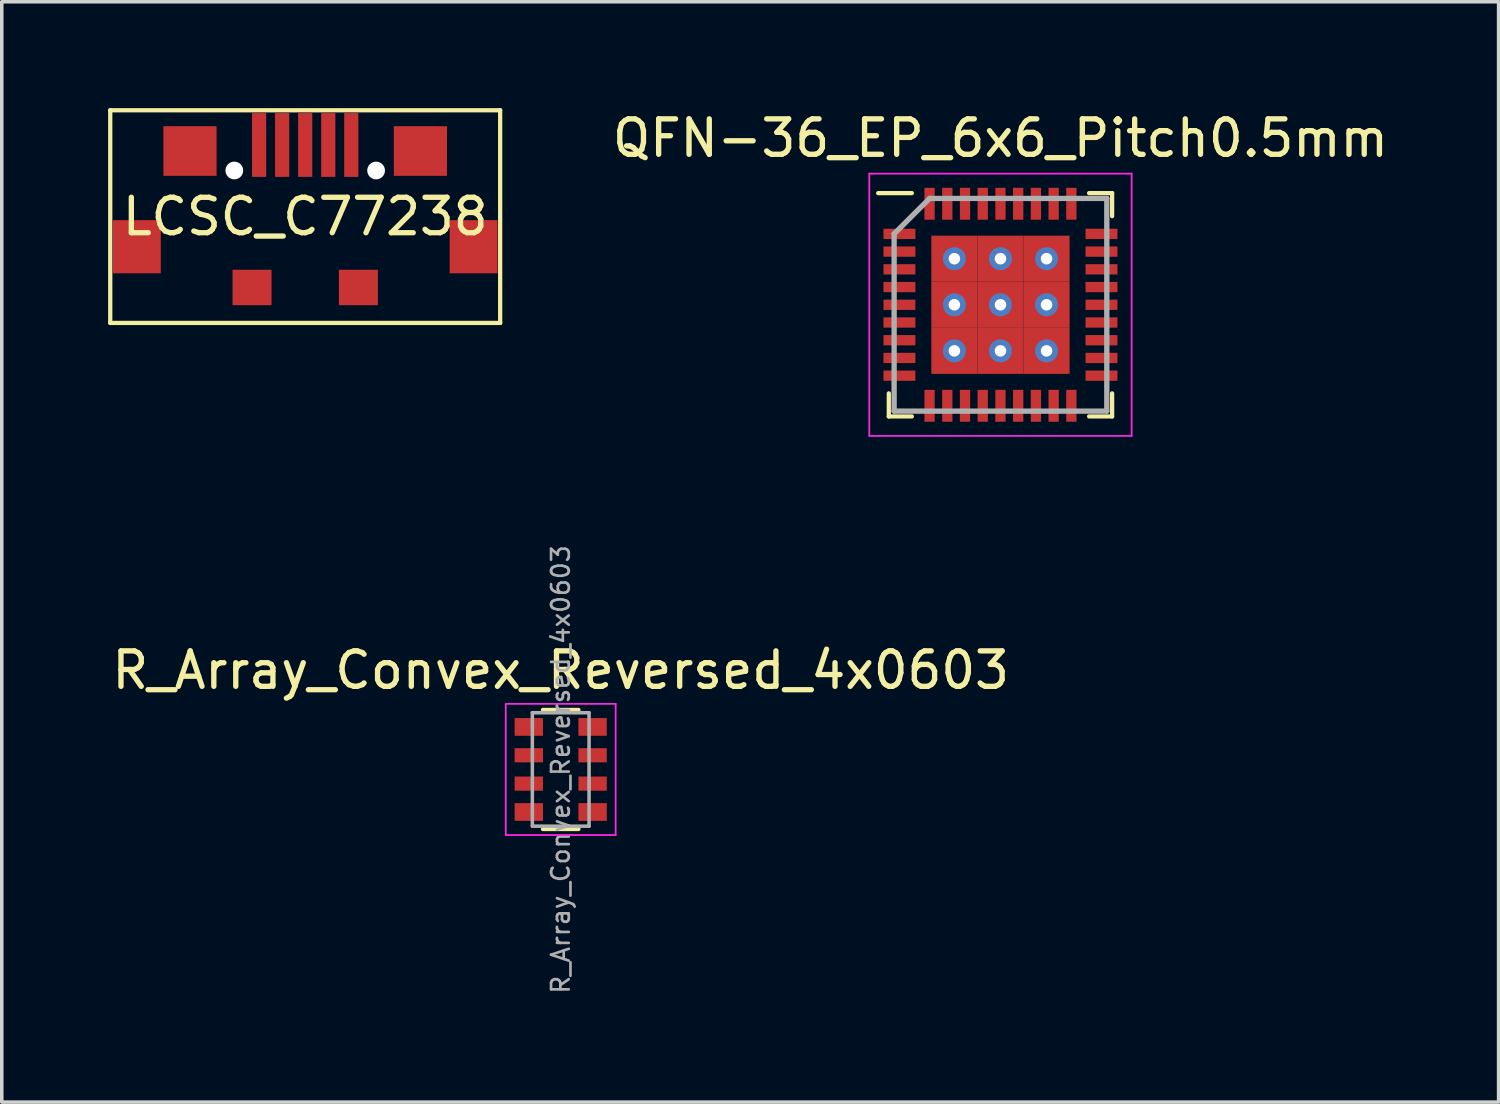
<source format=kicad_pcb>
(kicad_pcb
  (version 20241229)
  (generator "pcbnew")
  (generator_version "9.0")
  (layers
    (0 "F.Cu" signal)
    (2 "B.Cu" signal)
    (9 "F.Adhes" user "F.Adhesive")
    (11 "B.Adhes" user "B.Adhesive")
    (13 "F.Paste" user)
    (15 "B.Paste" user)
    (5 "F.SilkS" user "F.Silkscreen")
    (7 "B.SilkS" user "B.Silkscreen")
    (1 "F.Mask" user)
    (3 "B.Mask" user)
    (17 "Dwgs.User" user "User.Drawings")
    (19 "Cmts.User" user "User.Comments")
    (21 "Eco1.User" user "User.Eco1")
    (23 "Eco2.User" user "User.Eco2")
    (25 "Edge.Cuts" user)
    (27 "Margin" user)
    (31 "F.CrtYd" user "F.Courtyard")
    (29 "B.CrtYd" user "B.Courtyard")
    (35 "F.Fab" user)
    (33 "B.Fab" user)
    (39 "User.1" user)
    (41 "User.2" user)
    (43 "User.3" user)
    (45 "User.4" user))
  (footprint "R_Array_Convex_Reversed_4x0603"
    (layer "F.Cu")
    (at 12.768 18.657)
    (property "Reference" "R_Array_Convex_Reversed_4x0603" (at 0 -2.8 0) (layer "F.SilkS") (effects (font (size 1 1) (thickness 0.15))))
    (attr smd)
    (fp_line (start 0.5 -1.68) (end -0.5 -1.68) (stroke (width 0.12) (type solid)) (layer "F.SilkS"))
    (fp_line (start 0.5 1.68) (end -0.5 1.68) (stroke (width 0.12) (type solid)) (layer "F.SilkS"))
    (fp_line (start -1.55 -1.85) (end -1.55 1.85) (stroke (width 0.05) (type solid)) (layer "F.CrtYd"))
    (fp_line (start -1.55 -1.85) (end 1.55 -1.85) (stroke (width 0.05) (type solid)) (layer "F.CrtYd"))
    (fp_line (start 1.55 1.85) (end -1.55 1.85) (stroke (width 0.05) (type solid)) (layer "F.CrtYd"))
    (fp_line (start 1.55 1.85) (end 1.55 -1.85) (stroke (width 0.05) (type solid)) (layer "F.CrtYd"))
    (fp_line (start -0.8 -1.6) (end 0.8 -1.6) (stroke (width 0.1) (type solid)) (layer "F.Fab"))
    (fp_line (start -0.8 1.6) (end -0.8 -1.6) (stroke (width 0.1) (type solid)) (layer "F.Fab"))
    (fp_line (start 0.8 -1.6) (end 0.8 1.6) (stroke (width 0.1) (type solid)) (layer "F.Fab"))
    (fp_line (start 0.8 1.6) (end -0.8 1.6) (stroke (width 0.1) (type solid)) (layer "F.Fab"))
    (fp_text user "${REFERENCE}" (at 0 0 90) (layer "F.Fab") (effects (font (size 0.5 0.5) (thickness 0.075))))
    (pad "1" smd rect (at -0.9 1.2) (size 0.8 0.5) (layers "F.Cu" "F.Mask" "F.Paste"))
    (pad "2" smd rect (at -0.9 0.4) (size 0.8 0.4) (layers "F.Cu" "F.Mask" "F.Paste"))
    (pad "3" smd rect (at -0.9 -0.4) (size 0.8 0.4) (layers "F.Cu" "F.Mask" "F.Paste"))
    (pad "4" smd rect (at -0.9 -1.2) (size 0.8 0.5) (layers "F.Cu" "F.Mask" "F.Paste"))
    (pad "5" smd rect (at 0.9 -1.2) (size 0.8 0.5) (layers "F.Cu" "F.Mask" "F.Paste"))
    (pad "6" smd rect (at 0.9 -0.4) (size 0.8 0.4) (layers "F.Cu" "F.Mask" "F.Paste"))
    (pad "7" smd rect (at 0.9 0.4) (size 0.8 0.4) (layers "F.Cu" "F.Mask" "F.Paste"))
    (pad "8" smd rect (at 0.9 1.2) (size 0.8 0.5) (layers "F.Cu" "F.Mask" "F.Paste")))
  (footprint "QFN-36_EP_6x6_Pitch0.5mm"
    (layer "F.Cu")
    (at 25.174 5.548)
    (property "Reference" "QFN-36_EP_6x6_Pitch0.5mm" (at 0 -4.7 0) (layer "F.SilkS") (effects (font (size 1 1) (thickness 0.15))))
    (attr smd)
    (fp_line (start -3.15 3.15) (end -3.15 2.5) (stroke (width 0.12) (type solid)) (layer "F.SilkS"))
    (fp_line (start -2.5 -3.15) (end -3.45 -3.15) (stroke (width 0.12) (type solid)) (layer "F.SilkS"))
    (fp_line (start -2.5 3.15) (end -3.15 3.15) (stroke (width 0.12) (type solid)) (layer "F.SilkS"))
    (fp_line (start 2.5 -3.15) (end 3.15 -3.15) (stroke (width 0.12) (type solid)) (layer "F.SilkS"))
    (fp_line (start 2.5 3.15) (end 3.15 3.15) (stroke (width 0.12) (type solid)) (layer "F.SilkS"))
    (fp_line (start 3.15 -3.15) (end 3.15 -2.5) (stroke (width 0.12) (type solid)) (layer "F.SilkS"))
    (fp_line (start 3.15 3.15) (end 3.15 2.5) (stroke (width 0.12) (type solid)) (layer "F.SilkS"))
    (fp_line (start -3.7 -3.7) (end 3.7 -3.7) (stroke (width 0.05) (type solid)) (layer "F.CrtYd"))
    (fp_line (start -3.7 3.7) (end -3.7 -3.7) (stroke (width 0.05) (type solid)) (layer "F.CrtYd"))
    (fp_line (start 3.7 -3.7) (end 3.7 3.7) (stroke (width 0.05) (type solid)) (layer "F.CrtYd"))
    (fp_line (start 3.7 3.7) (end -3.7 3.7) (stroke (width 0.05) (type solid)) (layer "F.CrtYd"))
    (fp_line (start -3 -2) (end -3 3) (stroke (width 0.15) (type solid)) (layer "F.Fab"))
    (fp_line (start -3 3) (end 3 3) (stroke (width 0.15) (type solid)) (layer "F.Fab"))
    (fp_line (start -2 -3) (end -3 -2) (stroke (width 0.15) (type solid)) (layer "F.Fab"))
    (fp_line (start 3 -3) (end -2 -3) (stroke (width 0.15) (type solid)) (layer "F.Fab"))
    (fp_line (start 3 3) (end 3 -3) (stroke (width 0.15) (type solid)) (layer "F.Fab"))
    (pad "1" smd rect (at -2.85 -2 90) (size 0.29 0.9) (layers "F.Cu" "F.Mask" "F.Paste"))
    (pad "2" smd rect (at -2.85 -1.5 90) (size 0.29 0.9) (layers "F.Cu" "F.Mask" "F.Paste"))
    (pad "3" smd rect (at -2.85 -1 90) (size 0.29 0.9) (layers "F.Cu" "F.Mask" "F.Paste"))
    (pad "4" smd rect (at -2.85 -0.5 90) (size 0.29 0.9) (layers "F.Cu" "F.Mask" "F.Paste"))
    (pad "5" smd rect (at -2.85 0 90) (size 0.29 0.9) (layers "F.Cu" "F.Mask" "F.Paste"))
    (pad "6" smd rect (at -2.85 0.5 90) (size 0.29 0.9) (layers "F.Cu" "F.Mask" "F.Paste"))
    (pad "7" smd rect (at -2.85 1 90) (size 0.29 0.9) (layers "F.Cu" "F.Mask" "F.Paste"))
    (pad "8" smd rect (at -2.85 1.5 90) (size 0.29 0.9) (layers "F.Cu" "F.Mask" "F.Paste"))
    (pad "9" smd rect (at -2.85 2 90) (size 0.29 0.9) (layers "F.Cu" "F.Mask" "F.Paste"))
    (pad "10" smd rect (at -2 2.85) (size 0.29 0.9) (layers "F.Cu" "F.Mask" "F.Paste"))
    (pad "11" smd rect (at -1.5 2.85) (size 0.29 0.9) (layers "F.Cu" "F.Mask" "F.Paste"))
    (pad "12" smd rect (at -1 2.85) (size 0.29 0.9) (layers "F.Cu" "F.Mask" "F.Paste"))
    (pad "13" smd rect (at -0.5 2.85) (size 0.29 0.9) (layers "F.Cu" "F.Mask" "F.Paste"))
    (pad "14" smd rect (at 0 2.85) (size 0.29 0.9) (layers "F.Cu" "F.Mask" "F.Paste"))
    (pad "15" smd rect (at 0.5 2.85) (size 0.29 0.9) (layers "F.Cu" "F.Mask" "F.Paste"))
    (pad "16" smd rect (at 1 2.85) (size 0.29 0.9) (layers "F.Cu" "F.Mask" "F.Paste"))
    (pad "17" smd rect (at 1.5 2.85) (size 0.29 0.9) (layers "F.Cu" "F.Mask" "F.Paste"))
    (pad "18" smd rect (at 2 2.85) (size 0.29 0.9) (layers "F.Cu" "F.Mask" "F.Paste"))
    (pad "19" smd rect (at 2.85 2 90) (size 0.29 0.9) (layers "F.Cu" "F.Mask" "F.Paste"))
    (pad "20" smd rect (at 2.85 1.5 90) (size 0.29 0.9) (layers "F.Cu" "F.Mask" "F.Paste"))
    (pad "21" smd rect (at 2.85 1 90) (size 0.29 0.9) (layers "F.Cu" "F.Mask" "F.Paste"))
    (pad "22" smd rect (at 2.85 0.5 90) (size 0.29 0.9) (layers "F.Cu" "F.Mask" "F.Paste"))
    (pad "23" smd rect (at 2.85 0 90) (size 0.29 0.9) (layers "F.Cu" "F.Mask" "F.Paste"))
    (pad "24" smd rect (at 2.85 -0.5 90) (size 0.29 0.9) (layers "F.Cu" "F.Mask" "F.Paste"))
    (pad "25" smd rect (at 2.85 -1 90) (size 0.29 0.9) (layers "F.Cu" "F.Mask" "F.Paste"))
    (pad "26" smd rect (at 2.85 -1.5 90) (size 0.29 0.9) (layers "F.Cu" "F.Mask" "F.Paste"))
    (pad "27" smd rect (at 2.85 -2 90) (size 0.29 0.9) (layers "F.Cu" "F.Mask" "F.Paste"))
    (pad "28" smd rect (at 2 -2.85) (size 0.29 0.9) (layers "F.Cu" "F.Mask" "F.Paste"))
    (pad "29" smd rect (at 1.5 -2.85) (size 0.29 0.9) (layers "F.Cu" "F.Mask" "F.Paste"))
    (pad "30" smd rect (at 1 -2.85) (size 0.29 0.9) (layers "F.Cu" "F.Mask" "F.Paste"))
    (pad "31" smd rect (at 0.5 -2.85) (size 0.29 0.9) (layers "F.Cu" "F.Mask" "F.Paste"))
    (pad "32" smd rect (at 0 -2.85) (size 0.29 0.9) (layers "F.Cu" "F.Mask" "F.Paste"))
    (pad "33" smd rect (at -0.5 -2.85) (size 0.29 0.9) (layers "F.Cu" "F.Mask" "F.Paste"))
    (pad "34" smd rect (at -1 -2.85) (size 0.29 0.9) (layers "F.Cu" "F.Mask" "F.Paste"))
    (pad "35" smd rect (at -1.5 -2.85) (size 0.29 0.9) (layers "F.Cu" "F.Mask" "F.Paste"))
    (pad "36" smd rect (at -2 -2.85) (size 0.29 0.9) (layers "F.Cu" "F.Mask" "F.Paste"))
    (pad "37" thru_hole circle (at -1.3 -1.3) (size 0.65 0.65) (drill 0.325) (layers "*.Cu" "*.Mask"))
    (pad "37" smd rect (at -1.3 -1.3) (size 1.3 1.3) (layers "F.Cu" "F.Mask" "F.Paste"))
    (pad "37" thru_hole circle (at -1.3 0) (size 0.65 0.65) (drill 0.325) (layers "*.Cu" "*.Mask"))
    (pad "37" smd rect (at -1.3 0) (size 1.3 1.3) (layers "F.Cu" "F.Mask" "F.Paste"))
    (pad "37" thru_hole circle (at -1.3 1.3) (size 0.65 0.65) (drill 0.325) (layers "*.Cu" "*.Mask"))
    (pad "37" smd rect (at -1.3 1.3) (size 1.3 1.3) (layers "F.Cu" "F.Mask" "F.Paste"))
    (pad "37" thru_hole circle (at 0 -1.3) (size 0.65 0.65) (drill 0.325) (layers "*.Cu" "*.Mask"))
    (pad "37" smd rect (at 0 -1.3) (size 1.3 1.3) (layers "F.Cu" "F.Mask" "F.Paste"))
    (pad "37" thru_hole circle (at 0 0) (size 0.65 0.65) (drill 0.325) (layers "*.Cu" "*.Mask"))
    (pad "37" smd rect (at 0 0) (size 1.3 1.3) (layers "F.Cu" "F.Mask" "F.Paste"))
    (pad "37" thru_hole circle (at 0 1.3) (size 0.65 0.65) (drill 0.325) (layers "*.Cu" "*.Mask"))
    (pad "37" smd rect (at 0 1.3) (size 1.3 1.3) (layers "F.Cu" "F.Mask" "F.Paste"))
    (pad "37" thru_hole circle (at 1.3 -1.3) (size 0.65 0.65) (drill 0.325) (layers "*.Cu" "*.Mask"))
    (pad "37" smd rect (at 1.3 -1.3) (size 1.3 1.3) (layers "F.Cu" "F.Mask" "F.Paste"))
    (pad "37" thru_hole circle (at 1.3 0) (size 0.65 0.65) (drill 0.325) (layers "*.Cu" "*.Mask"))
    (pad "37" smd rect (at 1.3 0) (size 1.3 1.3) (layers "F.Cu" "F.Mask" "F.Paste"))
    (pad "37" thru_hole circle (at 1.3 1.3) (size 0.65 0.65) (drill 0.325) (layers "*.Cu" "*.Mask"))
    (pad "37" smd rect (at 1.3 1.3) (size 1.3 1.3) (layers "F.Cu" "F.Mask" "F.Paste")))
  (footprint "LCSC_C77238"
    (layer "F.Cu")
    (at 5.56 2.56)
    (property "Reference" "LCSC_C77238" (at 0 0.5 0) (layer "F.SilkS") (effects (font (size 1 1) (thickness 0.15))))
    (attr through_hole)
    (fp_line (start -5.5 -2.5) (end -5.5 3.5) (stroke (width 0.12) (type solid)) (layer "F.SilkS"))
    (fp_line (start -5.5 3.5) (end 5.5 3.5) (stroke (width 0.12) (type solid)) (layer "F.SilkS"))
    (fp_line (start 5.5 -2.5) (end -5.5 -2.5) (stroke (width 0.12) (type solid)) (layer "F.SilkS"))
    (fp_line (start 5.5 3.5) (end 5.5 -2.5) (stroke (width 0.12) (type solid)) (layer "F.SilkS"))
    (pad "" np_thru_hole circle (at -2 -0.8) (size 0.5 0.5) (drill 0.5) (layers "*.Cu" "*.Mask"))
    (pad "" np_thru_hole circle (at 2 -0.8) (size 0.5 0.5) (drill 0.5) (layers "*.Cu" "*.Mask"))
    (pad "1" smd rect (at -1.3 -1.52) (size 0.4 1.8) (layers "F.Cu" "F.Mask" "F.Paste"))
    (pad "2" smd rect (at -0.65 -1.52) (size 0.4 1.8) (layers "F.Cu" "F.Mask" "F.Paste"))
    (pad "3" smd rect (at 0 -1.52) (size 0.4 1.8) (layers "F.Cu" "F.Mask" "F.Paste"))
    (pad "4" smd rect (at 0.65 -1.52) (size 0.4 1.8) (layers "F.Cu" "F.Mask" "F.Paste"))
    (pad "5" smd rect (at 1.3 -1.52) (size 0.4 1.8) (layers "F.Cu" "F.Mask" "F.Paste"))
    (pad "6" smd rect (at -4.75 1.35) (size 1.35 1.5) (layers "F.Cu" "F.Mask" "F.Paste"))
    (pad "6" smd rect (at -3.25 -1.35) (size 1.5 1.4) (layers "F.Cu" "F.Mask" "F.Paste"))
    (pad "6" smd rect (at -1.5 2.5) (size 1.1 1) (layers "F.Cu" "F.Mask" "F.Paste"))
    (pad "6" smd rect (at 1.5 2.5) (size 1.1 1) (layers "F.Cu" "F.Mask" "F.Paste"))
    (pad "6" smd rect (at 3.25 -1.35) (size 1.5 1.4) (layers "F.Cu" "F.Mask" "F.Paste"))
    (pad "6" smd rect (at 4.75 1.35) (size 1.35 1.5) (layers "F.Cu" "F.Mask" "F.Paste")))
  (gr_rect
    (start -3 -3)
    (end 39.227 28.041)
    (stroke (width 0.1) (type default))
    (fill no)
    (layer "Edge.Cuts")))
</source>
